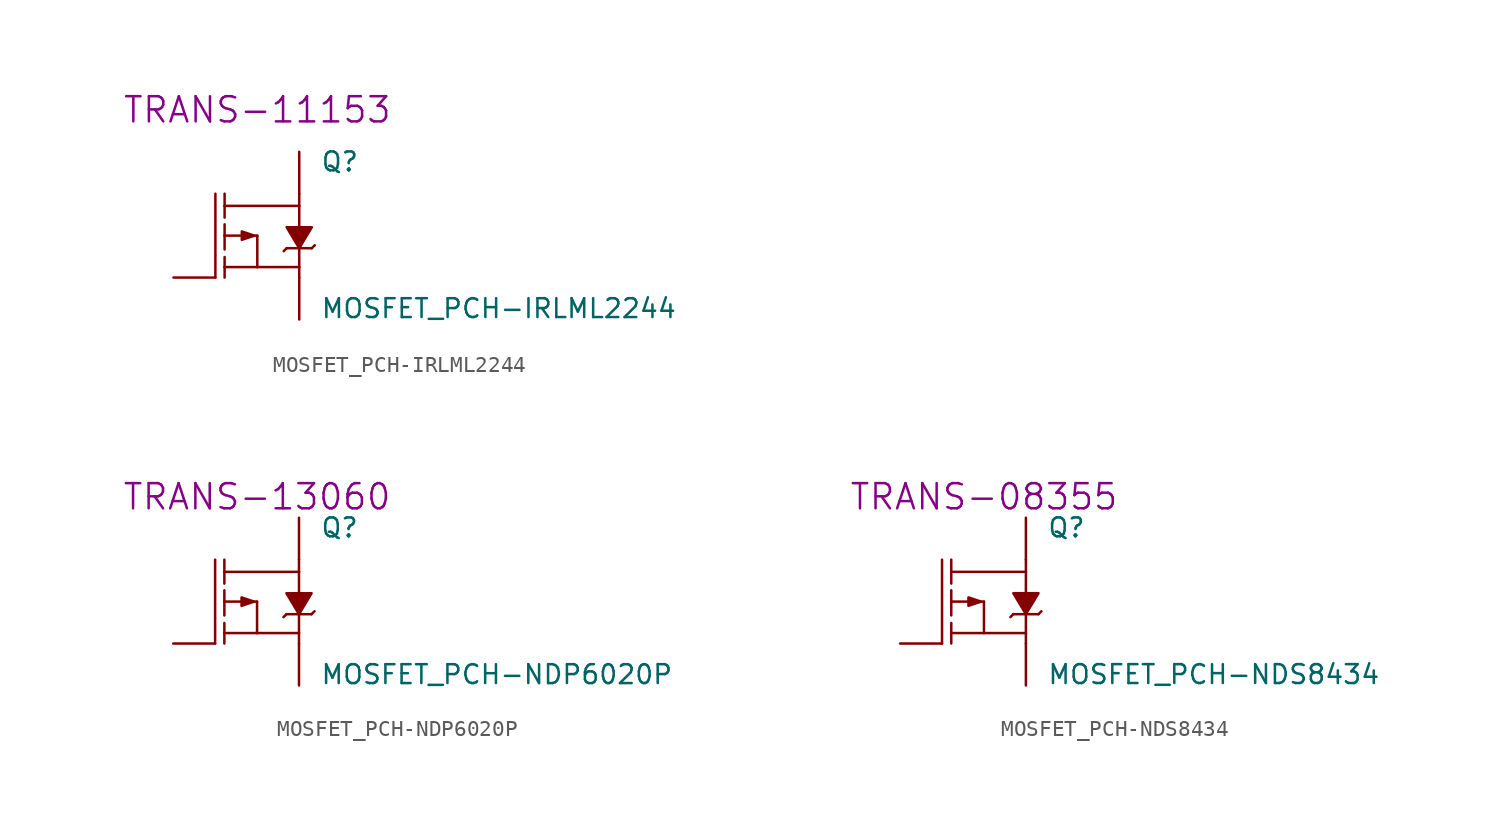
<source format=kicad_sym>
(kicad_symbol_lib
  (version 20220914)
  (generator kicad_symbol_editor)
  (symbol "MOSFET_PCH-IRLML2244"
    (pin_numbers hide)
    (pin_names
      (offset 1.016) hide)
    (property "Reference" "Q"
      (at 3.81 3.81 0)
      (effects (font (size 1.143 1.143)) (justify left bottom)))
    (property "Value" "MOSFET_PCH-IRLML2244"
      (at 3.81 -5.08 0)
      (effects (font (size 1.143 1.143)) (justify left bottom)))
    (property "Field4" "TRANS-11153"
      (at 0 7.62 0)
      (effects (font (size 1.524 1.524))))
    (property "ki_locked" ""
      (at 0 0 0)
      (effects (font (size 1.27 1.27))))
    (symbol "MOSFET_PCH-IRLML2244_1_0"
      (polyline (pts (xy -2.54 -2.54) (xy -2.54 2.54)) (stroke (width 0) (type solid)) (fill (type none)))
      (polyline (pts (xy -1.981 -1.905) (xy -1.981 -2.54)) (stroke (width 0) (type solid)) (fill (type none)))
      (polyline (pts (xy -1.981 -1.905) (xy 0 -1.905)) (stroke (width 0) (type solid)) (fill (type none)))
      (polyline (pts (xy -1.981 -1.295) (xy -1.981 -1.905)) (stroke (width 0) (type solid)) (fill (type none)))
      (polyline (pts (xy -1.981 0) (xy -1.981 -0.838)) (stroke (width 0) (type solid)) (fill (type none)))
      (polyline (pts (xy -1.981 0.686) (xy -1.981 0)) (stroke (width 0) (type solid)) (fill (type none)))
      (polyline (pts (xy -1.981 1.803) (xy -1.981 1.092)) (stroke (width 0) (type solid)) (fill (type none)))
      (polyline (pts (xy -1.981 1.803) (xy 2.54 1.803)) (stroke (width 0) (type solid)) (fill (type none)))
      (polyline (pts (xy -1.981 2.54) (xy -1.981 1.803)) (stroke (width 0) (type solid)) (fill (type none)))
      (polyline (pts (xy 0 -1.905) (xy 0 0)) (stroke (width 0) (type solid)) (fill (type none)))
      (polyline (pts (xy 0 0) (xy -1.981 0)) (stroke (width 0) (type solid)) (fill (type none)))
      (polyline (pts (xy 1.778 -0.762) (xy 1.6 -0.94)) (stroke (width 0) (type solid)) (fill (type none)))
      (polyline (pts (xy 1.778 -0.762) (xy 3.302 -0.762)) (stroke (width 0) (type solid)) (fill (type none)))
      (polyline (pts (xy 2.54 -2.54) (xy 2.54 -1.905)) (stroke (width 0) (type solid)) (fill (type none)))
      (polyline (pts (xy 2.54 -1.905) (xy 0 -1.905)) (stroke (width 0) (type solid)) (fill (type none)))
      (polyline (pts (xy 2.54 -1.905) (xy 2.54 -0.787)) (stroke (width 0) (type solid)) (fill (type none)))
      (polyline (pts (xy 2.54 1.803) (xy 2.54 0.584)) (stroke (width 0) (type solid)) (fill (type none)))
      (polyline (pts (xy 2.54 2.54) (xy 2.54 1.803)) (stroke (width 0) (type solid)) (fill (type none)))
      (polyline (pts (xy 3.48 -0.584) (xy 3.302 -0.762)) (stroke (width 0) (type solid)) (fill (type none))))
    (symbol "MOSFET_PCH-IRLML2244_1_1"
      (polyline (pts (xy -0.178 0) (xy -0.94 -0.254) (xy -0.94 -0.254) (xy -0.94 0.254) (xy -0.94 0.254) (xy -0.178 0)) (stroke (width 0) (type solid)) (fill (type outline)))
      (polyline (pts (xy 3.302 0.508) (xy 2.54 -0.762) (xy 2.54 -0.762) (xy 1.778 0.508) (xy 1.778 0.508) (xy 3.302 0.508)) (stroke (width 0) (type solid)) (fill (type outline)))
      (pin bidirectional line (at -5.08 -2.54 0) (length 2.54) (name "G" (effects (font (size 1.016 1.016)))) (number "1" (effects (font (size 1.016 1.016)))))
      (pin bidirectional line (at 2.54 -5.08 90) (length 2.54) (name "S" (effects (font (size 1.016 1.016)))) (number "2" (effects (font (size 1.016 1.016)))))
      (pin bidirectional line (at 2.54 5.08 270) (length 2.54) (name "D" (effects (font (size 1.016 1.016)))) (number "3" (effects (font (size 1.016 1.016)))))))
  (symbol "MOSFET_PCH-NDP6020P"
    (pin_numbers hide)
    (pin_names
      (offset 1.016) hide)
    (property "Reference" "Q"
      (at 3.81 3.81 0)
      (effects (font (size 1.143 1.143)) (justify left bottom)))
    (property "Value" "MOSFET_PCH-NDP6020P"
      (at 3.81 -5.08 0)
      (effects (font (size 1.143 1.143)) (justify left bottom)))
    (property "Field4" "TRANS-13060"
      (at 0 6.35 0)
      (effects (font (size 1.524 1.524))))
    (property "ki_locked" ""
      (at 0 0 0)
      (effects (font (size 1.27 1.27))))
    (symbol "MOSFET_PCH-NDP6020P_1_0"
      (polyline (pts (xy -2.54 -2.54) (xy -2.54 2.54)) (stroke (width 0) (type solid)) (fill (type none)))
      (polyline (pts (xy -1.981 -1.905) (xy -1.981 -2.54)) (stroke (width 0) (type solid)) (fill (type none)))
      (polyline (pts (xy -1.981 -1.905) (xy 0 -1.905)) (stroke (width 0) (type solid)) (fill (type none)))
      (polyline (pts (xy -1.981 -1.295) (xy -1.981 -1.905)) (stroke (width 0) (type solid)) (fill (type none)))
      (polyline (pts (xy -1.981 0) (xy -1.981 -0.838)) (stroke (width 0) (type solid)) (fill (type none)))
      (polyline (pts (xy -1.981 0.686) (xy -1.981 0)) (stroke (width 0) (type solid)) (fill (type none)))
      (polyline (pts (xy -1.981 1.803) (xy -1.981 1.092)) (stroke (width 0) (type solid)) (fill (type none)))
      (polyline (pts (xy -1.981 1.803) (xy 2.54 1.803)) (stroke (width 0) (type solid)) (fill (type none)))
      (polyline (pts (xy -1.981 2.54) (xy -1.981 1.803)) (stroke (width 0) (type solid)) (fill (type none)))
      (polyline (pts (xy 0 -1.905) (xy 0 0)) (stroke (width 0) (type solid)) (fill (type none)))
      (polyline (pts (xy 0 0) (xy -1.981 0)) (stroke (width 0) (type solid)) (fill (type none)))
      (polyline (pts (xy 1.778 -0.762) (xy 1.6 -0.94)) (stroke (width 0) (type solid)) (fill (type none)))
      (polyline (pts (xy 1.778 -0.762) (xy 3.302 -0.762)) (stroke (width 0) (type solid)) (fill (type none)))
      (polyline (pts (xy 2.54 -2.54) (xy 2.54 -1.905)) (stroke (width 0) (type solid)) (fill (type none)))
      (polyline (pts (xy 2.54 -1.905) (xy 0 -1.905)) (stroke (width 0) (type solid)) (fill (type none)))
      (polyline (pts (xy 2.54 -1.905) (xy 2.54 -0.787)) (stroke (width 0) (type solid)) (fill (type none)))
      (polyline (pts (xy 2.54 1.803) (xy 2.54 0.584)) (stroke (width 0) (type solid)) (fill (type none)))
      (polyline (pts (xy 2.54 2.54) (xy 2.54 1.803)) (stroke (width 0) (type solid)) (fill (type none)))
      (polyline (pts (xy 3.48 -0.584) (xy 3.302 -0.762)) (stroke (width 0) (type solid)) (fill (type none))))
    (symbol "MOSFET_PCH-NDP6020P_1_1"
      (polyline (pts (xy -0.178 0) (xy -0.94 -0.254) (xy -0.94 -0.254) (xy -0.94 0.254) (xy -0.94 0.254) (xy -0.178 0)) (stroke (width 0) (type solid)) (fill (type outline)))
      (polyline (pts (xy 3.302 0.508) (xy 2.54 -0.762) (xy 2.54 -0.762) (xy 1.778 0.508) (xy 1.778 0.508) (xy 3.302 0.508)) (stroke (width 0) (type solid)) (fill (type outline)))
      (pin bidirectional line (at -5.08 -2.54 0) (length 2.54) (name "G" (effects (font (size 1.016 1.016)))) (number "1" (effects (font (size 1.016 1.016)))))
      (pin bidirectional line (at 2.54 5.08 270) (length 2.54) (name "D" (effects (font (size 1.016 1.016)))) (number "2" (effects (font (size 1.016 1.016)))))
      (pin bidirectional line (at 2.54 -5.08 90) (length 2.54) (name "S" (effects (font (size 1.016 1.016)))) (number "3" (effects (font (size 1.016 1.016)))))))
  (symbol "MOSFET_PCH-NDS8434"
    (pin_numbers hide)
    (pin_names
      (offset 1.016) hide)
    (property "Reference" "Q"
      (at 3.81 3.81 0)
      (effects (font (size 1.143 1.143)) (justify left bottom)))
    (property "Value" "MOSFET_PCH-NDS8434"
      (at 3.81 -5.08 0)
      (effects (font (size 1.143 1.143)) (justify left bottom)))
    (property "Field4" "TRANS-08355"
      (at 0 6.35 0)
      (effects (font (size 1.524 1.524))))
    (property "ki_locked" ""
      (at 0 0 0)
      (effects (font (size 1.27 1.27))))
    (symbol "MOSFET_PCH-NDS8434_1_0"
      (polyline (pts (xy -2.54 -2.54) (xy -2.54 2.54)) (stroke (width 0) (type solid)) (fill (type none)))
      (polyline (pts (xy -1.981 -1.905) (xy -1.981 -2.54)) (stroke (width 0) (type solid)) (fill (type none)))
      (polyline (pts (xy -1.981 -1.905) (xy 0 -1.905)) (stroke (width 0) (type solid)) (fill (type none)))
      (polyline (pts (xy -1.981 -1.295) (xy -1.981 -1.905)) (stroke (width 0) (type solid)) (fill (type none)))
      (polyline (pts (xy -1.981 0) (xy -1.981 -0.838)) (stroke (width 0) (type solid)) (fill (type none)))
      (polyline (pts (xy -1.981 0.686) (xy -1.981 0)) (stroke (width 0) (type solid)) (fill (type none)))
      (polyline (pts (xy -1.981 1.803) (xy -1.981 1.092)) (stroke (width 0) (type solid)) (fill (type none)))
      (polyline (pts (xy -1.981 1.803) (xy 2.54 1.803)) (stroke (width 0) (type solid)) (fill (type none)))
      (polyline (pts (xy -1.981 2.54) (xy -1.981 1.803)) (stroke (width 0) (type solid)) (fill (type none)))
      (polyline (pts (xy 0 -1.905) (xy 0 0)) (stroke (width 0) (type solid)) (fill (type none)))
      (polyline (pts (xy 0 0) (xy -1.981 0)) (stroke (width 0) (type solid)) (fill (type none)))
      (polyline (pts (xy 1.778 -0.762) (xy 1.6 -0.94)) (stroke (width 0) (type solid)) (fill (type none)))
      (polyline (pts (xy 1.778 -0.762) (xy 3.302 -0.762)) (stroke (width 0) (type solid)) (fill (type none)))
      (polyline (pts (xy 2.54 -2.54) (xy 2.54 -1.905)) (stroke (width 0) (type solid)) (fill (type none)))
      (polyline (pts (xy 2.54 -1.905) (xy 0 -1.905)) (stroke (width 0) (type solid)) (fill (type none)))
      (polyline (pts (xy 2.54 -1.905) (xy 2.54 -0.787)) (stroke (width 0) (type solid)) (fill (type none)))
      (polyline (pts (xy 2.54 1.803) (xy 2.54 0.584)) (stroke (width 0) (type solid)) (fill (type none)))
      (polyline (pts (xy 2.54 2.54) (xy 2.54 1.803)) (stroke (width 0) (type solid)) (fill (type none)))
      (polyline (pts (xy 3.48 -0.584) (xy 3.302 -0.762)) (stroke (width 0) (type solid)) (fill (type none))))
    (symbol "MOSFET_PCH-NDS8434_1_1"
      (polyline (pts (xy -0.178 0) (xy -0.94 -0.254) (xy -0.94 -0.254) (xy -0.94 0.254) (xy -0.94 0.254) (xy -0.178 0)) (stroke (width 0) (type solid)) (fill (type outline)))
      (polyline (pts (xy 3.302 0.508) (xy 2.54 -0.762) (xy 2.54 -0.762) (xy 1.778 0.508) (xy 1.778 0.508) (xy 3.302 0.508)) (stroke (width 0) (type solid)) (fill (type outline)))
      (pin bidirectional line (at 2.54 -5.08 90) (length 2.54) (name "S" (effects (font (size 1.016 1.016)))) (number "1" (effects (font (size 1.016 1.016)))))
      (pin bidirectional line (at 2.54 -5.08 90) (length 2.54) hide (name "S" (effects (font (size 1.016 1.016)))) (number "2" (effects (font (size 1.016 1.016)))))
      (pin bidirectional line (at 2.54 -5.08 90) (length 2.54) hide (name "S" (effects (font (size 1.016 1.016)))) (number "3" (effects (font (size 1.016 1.016)))))
      (pin bidirectional line (at -5.08 -2.54 0) (length 2.54) (name "G" (effects (font (size 1.016 1.016)))) (number "4" (effects (font (size 1.016 1.016)))))
      (pin bidirectional line (at 2.54 5.08 270) (length 2.54) (name "D" (effects (font (size 1.016 1.016)))) (number "5" (effects (font (size 1.016 1.016)))))
      (pin bidirectional line (at 2.54 5.08 270) (length 2.54) hide (name "D" (effects (font (size 1.016 1.016)))) (number "6" (effects (font (size 1.016 1.016)))))
      (pin bidirectional line (at 2.54 5.08 270) (length 2.54) hide (name "D" (effects (font (size 1.016 1.016)))) (number "7" (effects (font (size 1.016 1.016)))))
      (pin bidirectional line (at 2.54 5.08 270) (length 2.54) hide (name "D" (effects (font (size 1.016 1.016)))) (number "8" (effects (font (size 1.016 1.016))))))))
</source>
